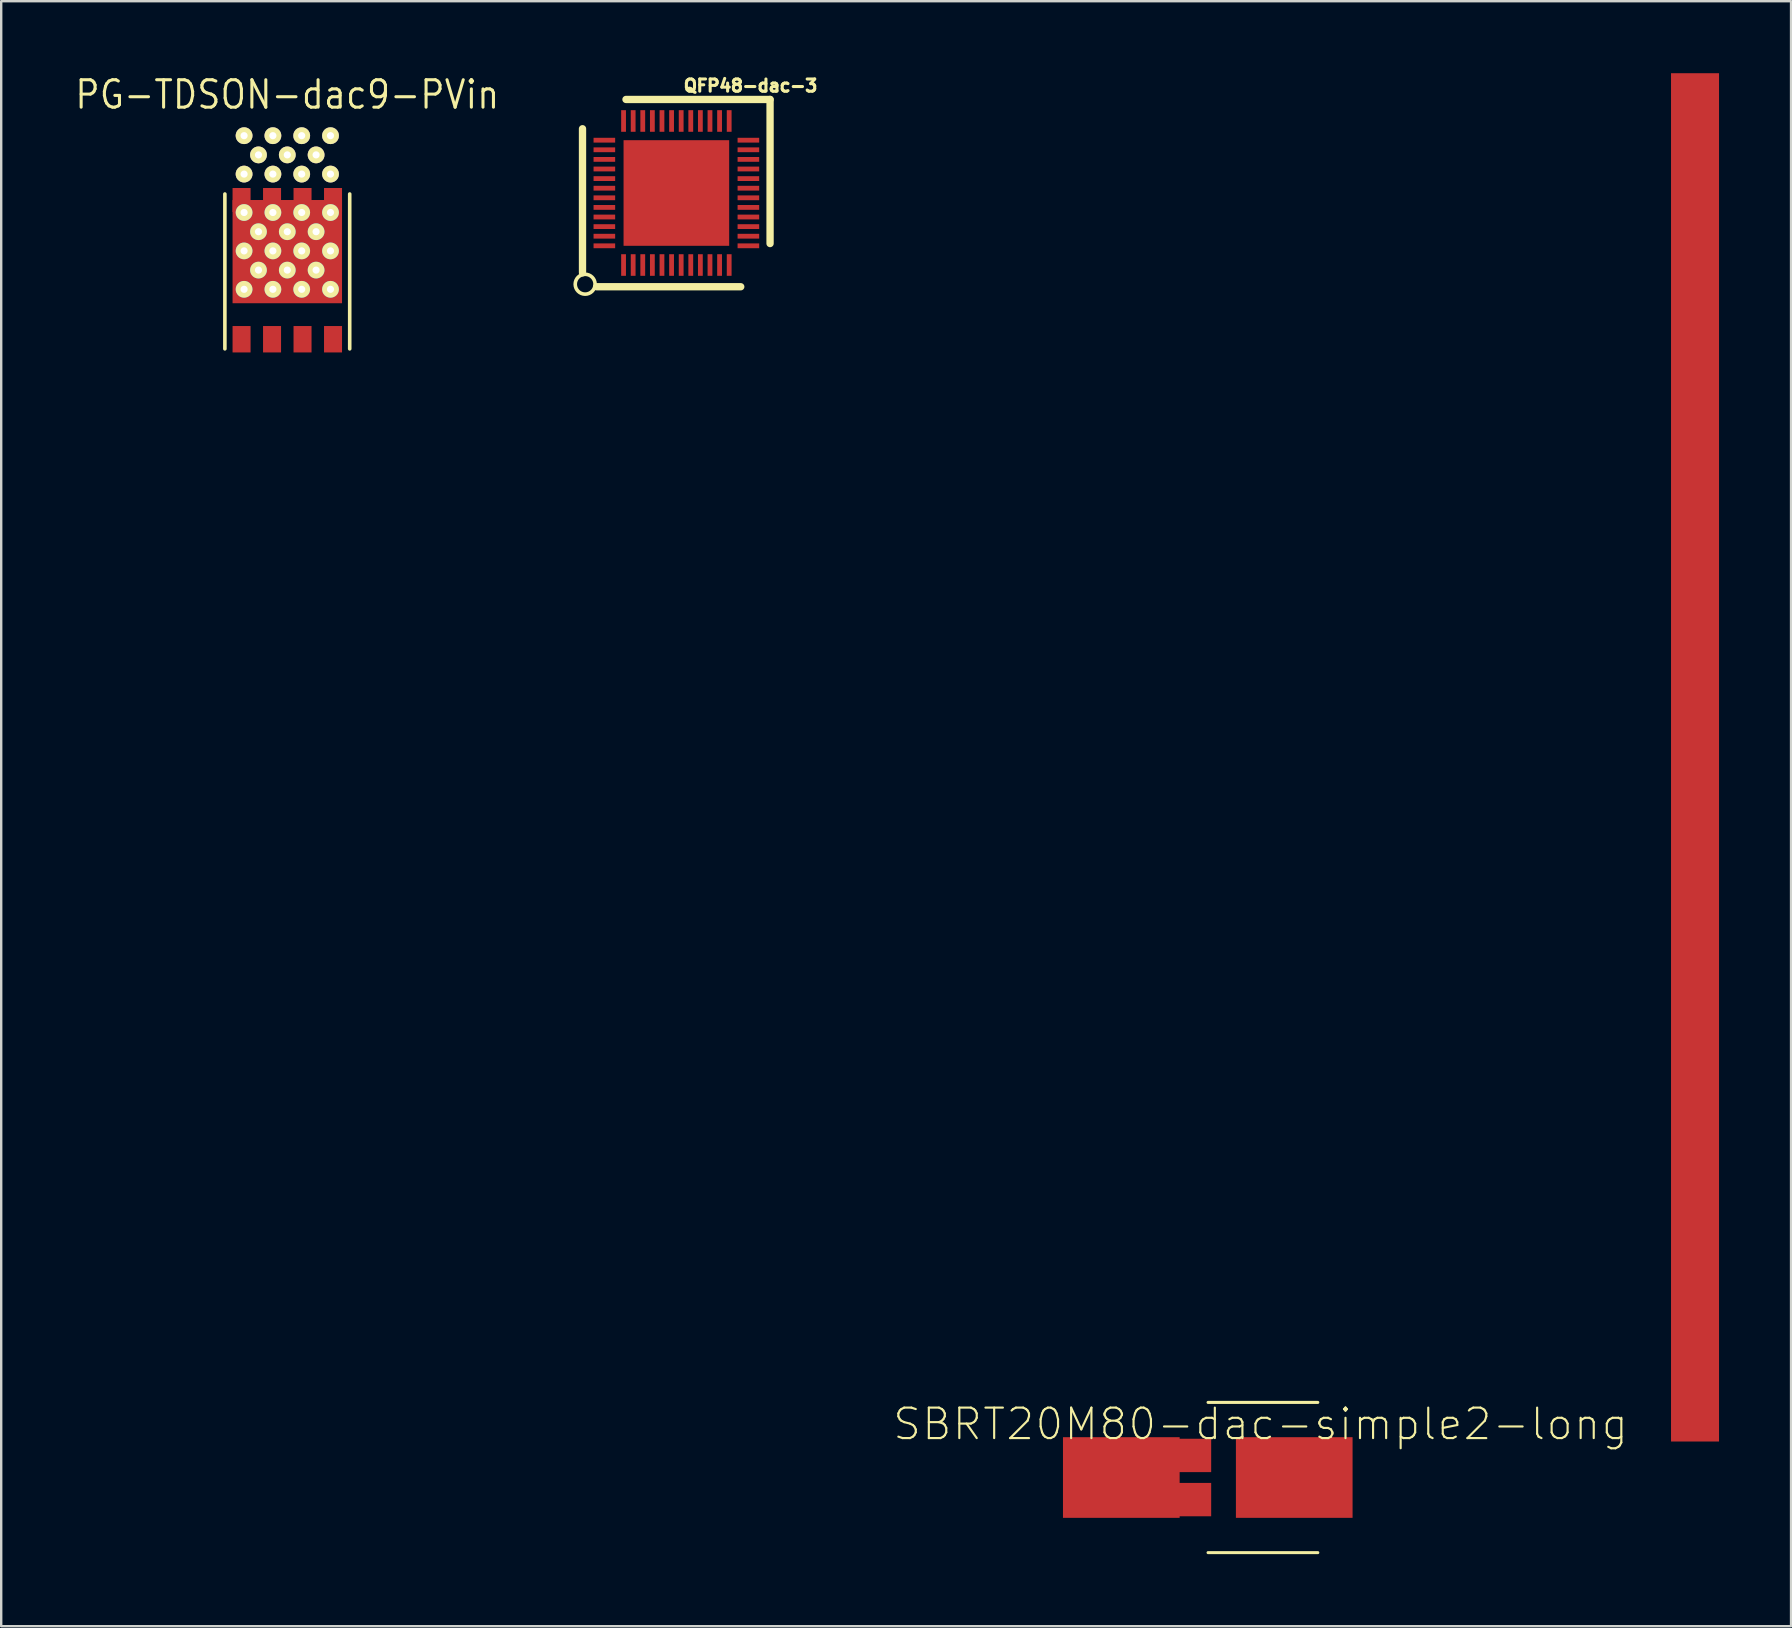
<source format=kicad_pcb>
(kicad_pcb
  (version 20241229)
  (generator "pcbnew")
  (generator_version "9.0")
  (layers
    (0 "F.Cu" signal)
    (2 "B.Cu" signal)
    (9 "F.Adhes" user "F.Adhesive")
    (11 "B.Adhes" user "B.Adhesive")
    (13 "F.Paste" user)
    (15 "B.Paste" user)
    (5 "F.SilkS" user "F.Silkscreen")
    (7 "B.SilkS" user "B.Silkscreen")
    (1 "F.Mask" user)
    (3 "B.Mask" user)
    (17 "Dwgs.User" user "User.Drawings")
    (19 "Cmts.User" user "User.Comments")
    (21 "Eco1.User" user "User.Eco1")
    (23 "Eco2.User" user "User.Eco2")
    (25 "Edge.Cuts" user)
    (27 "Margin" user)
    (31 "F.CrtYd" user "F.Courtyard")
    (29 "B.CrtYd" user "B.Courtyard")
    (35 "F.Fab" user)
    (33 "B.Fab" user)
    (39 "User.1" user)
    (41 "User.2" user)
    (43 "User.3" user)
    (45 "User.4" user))
  (footprint "PG-TDSON-dac9-PVin"
    (layer "F.Cu")
    (at 8.918 9.782)
    (property "Reference" "PG-TDSON-dac9-PVin" (at 0 -8.89 0) (layer "F.SilkS") (effects (font (size 1.143 1.016) (thickness 0.127))))
    (attr smd)
    (fp_line (start -2.6 -4.75) (end -2.6 1.7) (stroke (width 0.15) (type solid)) (layer "F.SilkS"))
    (fp_line (start 2.6 -4.75) (end 2.6 1.7) (stroke (width 0.15) (type solid)) (layer "F.SilkS"))
    (pad "D" smd rect (at -1.905 -4.5) (size 0.75 1) (layers "F.Cu" "F.Mask" "F.Paste"))
    (pad "D" thru_hole circle (at -1.8 -7.18) (size 0.7 0.7) (drill 0.3) (layers "*.Cu" "*.Mask" "F.SilkS"))
    (pad "D" thru_hole circle (at -1.8 -5.58) (size 0.7 0.7) (drill 0.3) (layers "*.Cu" "*.Mask" "F.SilkS"))
    (pad "D" thru_hole circle (at -1.8 -3.98) (size 0.7 0.7) (drill 0.3) (layers "*.Cu" "*.Mask" "F.SilkS"))
    (pad "D" thru_hole circle (at -1.8 -2.38) (size 0.7 0.7) (drill 0.3) (layers "*.Cu" "*.Mask" "F.SilkS"))
    (pad "D" thru_hole circle (at -1.8 -0.78) (size 0.7 0.7) (drill 0.3) (layers "*.Cu" "*.Mask" "F.SilkS"))
    (pad "D" thru_hole circle (at -1.2 -6.38) (size 0.7 0.7) (drill 0.3) (layers "*.Cu" "*.Mask" "F.SilkS"))
    (pad "D" thru_hole circle (at -1.2 -3.18) (size 0.7 0.7) (drill 0.3) (layers "*.Cu" "*.Mask" "F.SilkS"))
    (pad "D" thru_hole circle (at -1.2 -1.58) (size 0.7 0.7) (drill 0.3) (layers "*.Cu" "*.Mask" "F.SilkS"))
    (pad "D" smd rect (at -1.15 -3) (size 1.8 1.5) (layers "F.Cu" "F.Paste"))
    (pad "D" smd rect (at -1.15 -1.175) (size 1.8 1.5) (layers "F.Cu" "F.Paste"))
    (pad "D" smd rect (at -0.635 -4.5) (size 0.75 1) (layers "F.Cu" "F.Mask" "F.Paste"))
    (pad "D" thru_hole circle (at -0.6 -7.18) (size 0.7 0.7) (drill 0.3) (layers "*.Cu" "*.Mask" "F.SilkS"))
    (pad "D" thru_hole circle (at -0.6 -5.58) (size 0.7 0.7) (drill 0.3) (layers "*.Cu" "*.Mask" "F.SilkS"))
    (pad "D" thru_hole circle (at -0.6 -3.98) (size 0.7 0.7) (drill 0.3) (layers "*.Cu" "*.Mask" "F.SilkS"))
    (pad "D" thru_hole circle (at -0.6 -2.38) (size 0.7 0.7) (drill 0.3) (layers "*.Cu" "*.Mask" "F.SilkS"))
    (pad "D" thru_hole circle (at -0.6 -0.78) (size 0.7 0.7) (drill 0.3) (layers "*.Cu" "*.Mask" "F.SilkS"))
    (pad "D" thru_hole circle (at 0 -6.38) (size 0.7 0.7) (drill 0.3) (layers "*.Cu" "*.Mask" "F.SilkS"))
    (pad "D" thru_hole circle (at 0 -3.18) (size 0.7 0.7) (drill 0.3) (layers "*.Cu" "*.Mask" "F.SilkS"))
    (pad "D" smd rect (at 0 -2.35) (size 4.56 4.3) (layers "F.Cu" "F.Mask"))
    (pad "D" thru_hole circle (at 0 -1.58) (size 0.7 0.7) (drill 0.3) (layers "*.Cu" "*.Mask" "F.SilkS"))
    (pad "D" thru_hole circle (at 0.6 -7.18) (size 0.7 0.7) (drill 0.3) (layers "*.Cu" "*.Mask" "F.SilkS"))
    (pad "D" thru_hole circle (at 0.6 -5.58) (size 0.7 0.7) (drill 0.3) (layers "*.Cu" "*.Mask" "F.SilkS"))
    (pad "D" thru_hole circle (at 0.6 -3.98) (size 0.7 0.7) (drill 0.3) (layers "*.Cu" "*.Mask" "F.SilkS"))
    (pad "D" thru_hole circle (at 0.6 -2.38) (size 0.7 0.7) (drill 0.3) (layers "*.Cu" "*.Mask" "F.SilkS"))
    (pad "D" thru_hole circle (at 0.6 -0.78) (size 0.7 0.7) (drill 0.3) (layers "*.Cu" "*.Mask" "F.SilkS"))
    (pad "D" smd rect (at 0.635 -4.5) (size 0.75 1) (layers "F.Cu" "F.Mask" "F.Paste"))
    (pad "D" smd rect (at 1.15 -3) (size 1.8 1.5) (layers "F.Cu" "F.Paste"))
    (pad "D" smd rect (at 1.15 -1.175) (size 1.8 1.5) (layers "F.Cu" "F.Paste"))
    (pad "D" thru_hole circle (at 1.2 -6.38) (size 0.7 0.7) (drill 0.3) (layers "*.Cu" "*.Mask" "F.SilkS"))
    (pad "D" thru_hole circle (at 1.2 -3.18) (size 0.7 0.7) (drill 0.3) (layers "*.Cu" "*.Mask" "F.SilkS"))
    (pad "D" thru_hole circle (at 1.2 -1.58) (size 0.7 0.7) (drill 0.3) (layers "*.Cu" "*.Mask" "F.SilkS"))
    (pad "D" thru_hole circle (at 1.8 -7.18) (size 0.7 0.7) (drill 0.3) (layers "*.Cu" "*.Mask" "F.SilkS"))
    (pad "D" thru_hole circle (at 1.8 -5.58) (size 0.7 0.7) (drill 0.3) (layers "*.Cu" "*.Mask" "F.SilkS"))
    (pad "D" thru_hole circle (at 1.8 -3.98) (size 0.7 0.7) (drill 0.3) (layers "*.Cu" "*.Mask" "F.SilkS"))
    (pad "D" thru_hole circle (at 1.8 -2.38) (size 0.7 0.7) (drill 0.3) (layers "*.Cu" "*.Mask" "F.SilkS"))
    (pad "D" thru_hole circle (at 1.8 -0.78) (size 0.7 0.7) (drill 0.3) (layers "*.Cu" "*.Mask" "F.SilkS"))
    (pad "D" smd rect (at 1.905 -4.5) (size 0.75 1) (layers "F.Cu" "F.Mask" "F.Paste"))
    (pad "G" smd rect (at 1.905 1.3) (size 0.75 1.1) (layers "F.Cu" "F.Mask" "F.Paste"))
    (pad "S" smd rect (at -1.905 1.3) (size 0.75 1.1) (layers "F.Cu" "F.Mask" "F.Paste"))
    (pad "S" smd rect (at -0.635 1.3) (size 0.75 1.1) (layers "F.Cu" "F.Mask" "F.Paste"))
    (pad "S" smd rect (at 0.635 1.3) (size 0.75 1.1) (layers "F.Cu" "F.Mask" "F.Paste")))
  (footprint "SBRT20M80-dac-simple2-long"
    (layer "F.Cu")
    (at 49.561 58.5)
    (property "Reference" "SBRT20M80-dac-simple2-long" (at -0.099 -2.225 0) (layer "F.SilkS") (effects (font (size 1.27 1.27) (thickness 0.089))))
    (attr smd)
    (fp_line (start -2.286 -3.129) (end 2.286 -3.129) (stroke (width 0.127) (type solid)) (layer "F.SilkS"))
    (fp_line (start -2.286 3.129) (end 2.286 3.129) (stroke (width 0.127) (type solid)) (layer "F.SilkS"))
    (pad "1" smd rect (at -5.9 0) (size 4.86 3.36) (layers "F.Cu"))
    (pad "1" smd rect (at -2.856 -0.92) (size 1.4 1.39) (layers "F.Cu" "F.Mask" "F.Paste"))
    (pad "1" smd rect (at -2.856 0.92) (size 1.4 1.39) (layers "F.Cu" "F.Mask" "F.Paste"))
    (pad "2" smd rect (at 1.304 0) (size 4.86 3.36) (layers "F.Cu" "F.Mask" "F.Paste"))
    (pad "2" smd rect (at 18 -30) (size 2 57) (layers "F.Cu")))
  (footprint "QFP48-dac-3"
    (layer "F.Cu")
    (at 25.126 4.99)
    (property "Reference" "QFP48-dac-3" (at 3.09 -4.47 0) (layer "F.SilkS") (effects (font (size 0.508 0.508) (thickness 0.127))))
    (attr through_hole)
    (fp_line (start -3.91 -2.677) (end -3.91 3.325) (stroke (width 0.305) (type solid)) (layer "F.SilkS"))
    (fp_line (start -3.32 3.905) (end 2.682 3.905) (stroke (width 0.305) (type solid)) (layer "F.SilkS"))
    (fp_line (start 3.903 -3.897) (end -2.099 -3.897) (stroke (width 0.305) (type solid)) (layer "F.SilkS"))
    (fp_line (start 3.903 2.105) (end 3.903 -3.897) (stroke (width 0.305) (type solid)) (layer "F.SilkS"))
    (fp_circle (center -3.8 3.8) (end -3.47 3.55) (stroke (width 0.15) (type solid)) (fill no) (layer "F.SilkS"))
    (pad "0" smd rect (at -1.067 -1.067) (size 1.8 1.8) (layers "F.Cu" "F.Paste"))
    (pad "0" smd rect (at -1.067 1.067) (size 1.8 1.8) (layers "F.Cu" "F.Paste"))
    (pad "0" smd rect (at 0 0) (size 4.4 4.4) (layers "F.Cu" "F.Mask"))
    (pad "0" smd rect (at 1.067 -1.067) (size 1.8 1.8) (layers "F.Cu" "F.Paste"))
    (pad "0" smd rect (at 1.067 1.067) (size 1.8 1.8) (layers "F.Cu" "F.Paste"))
    (pad "1" smd rect (at -2.2 3) (size 0.2 0.9) (layers "F.Cu" "F.Mask" "F.Paste"))
    (pad "2" smd rect (at -1.8 3) (size 0.2 0.9) (layers "F.Cu" "F.Mask" "F.Paste"))
    (pad "3" smd rect (at -1.4 3) (size 0.2 0.9) (layers "F.Cu" "F.Mask" "F.Paste"))
    (pad "4" smd rect (at -1 3) (size 0.2 0.9) (layers "F.Cu" "F.Mask" "F.Paste"))
    (pad "5" smd rect (at -0.6 3) (size 0.2 0.9) (layers "F.Cu" "F.Mask" "F.Paste"))
    (pad "6" smd rect (at -0.2 3) (size 0.2 0.9) (layers "F.Cu" "F.Mask" "F.Paste"))
    (pad "7" smd rect (at 0.2 3) (size 0.2 0.9) (layers "F.Cu" "F.Mask" "F.Paste"))
    (pad "8" smd rect (at 0.6 3) (size 0.2 0.9) (layers "F.Cu" "F.Mask" "F.Paste"))
    (pad "9" smd rect (at 1 3) (size 0.2 0.9) (layers "F.Cu" "F.Mask" "F.Paste"))
    (pad "10" smd rect (at 1.4 3) (size 0.2 0.9) (layers "F.Cu" "F.Mask" "F.Paste"))
    (pad "11" smd rect (at 1.8 3) (size 0.2 0.9) (layers "F.Cu" "F.Mask" "F.Paste"))
    (pad "12" smd rect (at 2.2 3) (size 0.2 0.9) (layers "F.Cu" "F.Mask" "F.Paste"))
    (pad "13" smd rect (at 3 2.2 270) (size 0.2 0.9) (layers "F.Cu" "F.Mask" "F.Paste"))
    (pad "14" smd rect (at 3 1.8 270) (size 0.2 0.9) (layers "F.Cu" "F.Mask" "F.Paste"))
    (pad "15" smd rect (at 3 1.4 270) (size 0.2 0.9) (layers "F.Cu" "F.Mask" "F.Paste"))
    (pad "16" smd rect (at 3 1 270) (size 0.2 0.9) (layers "F.Cu" "F.Mask" "F.Paste"))
    (pad "17" smd rect (at 3 0.6 270) (size 0.2 0.9) (layers "F.Cu" "F.Mask" "F.Paste"))
    (pad "18" smd rect (at 3 0.2 270) (size 0.2 0.9) (layers "F.Cu" "F.Mask" "F.Paste"))
    (pad "19" smd rect (at 3 -0.2 270) (size 0.2 0.9) (layers "F.Cu" "F.Mask" "F.Paste"))
    (pad "20" smd rect (at 3 -0.6 270) (size 0.2 0.9) (layers "F.Cu" "F.Mask" "F.Paste"))
    (pad "21" smd rect (at 3 -1 270) (size 0.2 0.9) (layers "F.Cu" "F.Mask" "F.Paste"))
    (pad "22" smd rect (at 3 -1.4 270) (size 0.2 0.9) (layers "F.Cu" "F.Mask" "F.Paste"))
    (pad "23" smd rect (at 3 -1.8 270) (size 0.2 0.9) (layers "F.Cu" "F.Mask" "F.Paste"))
    (pad "24" smd rect (at 3 -2.2 270) (size 0.2 0.9) (layers "F.Cu" "F.Mask" "F.Paste"))
    (pad "25" smd rect (at 2.2 -3 180) (size 0.2 0.9) (layers "F.Cu" "F.Mask" "F.Paste"))
    (pad "26" smd rect (at 1.8 -3 180) (size 0.2 0.9) (layers "F.Cu" "F.Mask" "F.Paste"))
    (pad "27" smd rect (at 1.4 -3 180) (size 0.2 0.9) (layers "F.Cu" "F.Mask" "F.Paste"))
    (pad "28" smd rect (at 1 -3 180) (size 0.2 0.9) (layers "F.Cu" "F.Mask" "F.Paste"))
    (pad "29" smd rect (at 0.6 -3 180) (size 0.2 0.9) (layers "F.Cu" "F.Mask" "F.Paste"))
    (pad "30" smd rect (at 0.2 -3 180) (size 0.2 0.9) (layers "F.Cu" "F.Mask" "F.Paste"))
    (pad "31" smd rect (at -0.2 -3 180) (size 0.2 0.9) (layers "F.Cu" "F.Mask" "F.Paste"))
    (pad "32" smd rect (at -0.6 -3 180) (size 0.2 0.9) (layers "F.Cu" "F.Mask" "F.Paste"))
    (pad "33" smd rect (at -1 -3 180) (size 0.2 0.9) (layers "F.Cu" "F.Mask" "F.Paste"))
    (pad "34" smd rect (at -1.4 -3 180) (size 0.2 0.9) (layers "F.Cu" "F.Mask" "F.Paste"))
    (pad "35" smd rect (at -1.8 -3 180) (size 0.2 0.9) (layers "F.Cu" "F.Mask" "F.Paste"))
    (pad "36" smd rect (at -2.2 -3 180) (size 0.2 0.9) (layers "F.Cu" "F.Mask" "F.Paste"))
    (pad "37" smd rect (at -3 -2.2 90) (size 0.2 0.9) (layers "F.Cu" "F.Mask" "F.Paste"))
    (pad "38" smd rect (at -3 -1.8 90) (size 0.2 0.9) (layers "F.Cu" "F.Mask" "F.Paste"))
    (pad "39" smd rect (at -3 -1.4 90) (size 0.2 0.9) (layers "F.Cu" "F.Mask" "F.Paste"))
    (pad "40" smd rect (at -3 -1 90) (size 0.2 0.9) (layers "F.Cu" "F.Mask" "F.Paste"))
    (pad "41" smd rect (at -3 -0.6 90) (size 0.2 0.9) (layers "F.Cu" "F.Mask" "F.Paste"))
    (pad "42" smd rect (at -3 -0.2 90) (size 0.2 0.9) (layers "F.Cu" "F.Mask" "F.Paste"))
    (pad "43" smd rect (at -3 0.2 90) (size 0.2 0.9) (layers "F.Cu" "F.Mask" "F.Paste"))
    (pad "44" smd rect (at -3 0.6 90) (size 0.2 0.9) (layers "F.Cu" "F.Mask" "F.Paste"))
    (pad "45" smd rect (at -3 1 90) (size 0.2 0.9) (layers "F.Cu" "F.Mask" "F.Paste"))
    (pad "46" smd rect (at -3 1.4 90) (size 0.2 0.9) (layers "F.Cu" "F.Mask" "F.Paste"))
    (pad "47" smd rect (at -3 1.8 90) (size 0.2 0.9) (layers "F.Cu" "F.Mask" "F.Paste"))
    (pad "48" smd rect (at -3 2.2 90) (size 0.2 0.9) (layers "F.Cu" "F.Mask" "F.Paste")))
  (gr_rect
    (start -3 -3)
    (end 71.561 64.693)
    (stroke (width 0.1) (type default))
    (fill no)
    (layer "Edge.Cuts")))
</source>
